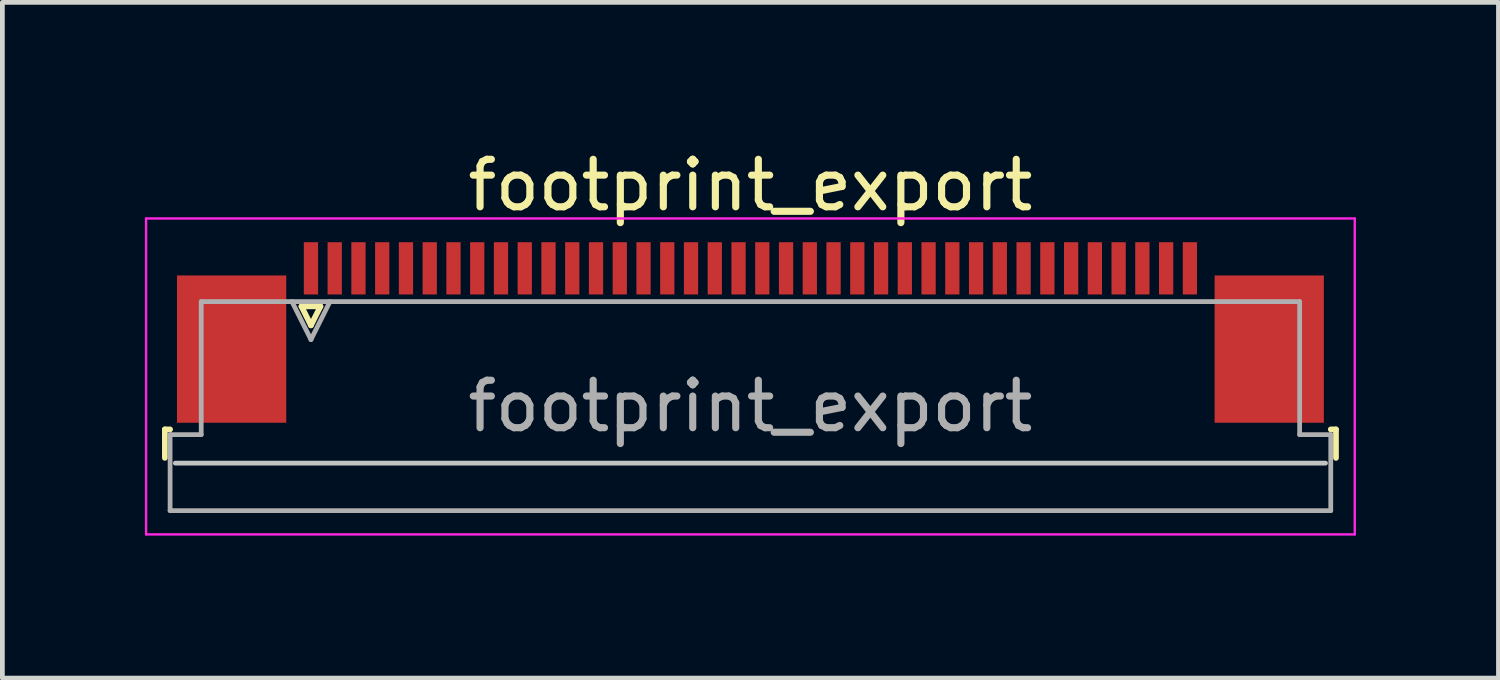
<source format=kicad_pcb>
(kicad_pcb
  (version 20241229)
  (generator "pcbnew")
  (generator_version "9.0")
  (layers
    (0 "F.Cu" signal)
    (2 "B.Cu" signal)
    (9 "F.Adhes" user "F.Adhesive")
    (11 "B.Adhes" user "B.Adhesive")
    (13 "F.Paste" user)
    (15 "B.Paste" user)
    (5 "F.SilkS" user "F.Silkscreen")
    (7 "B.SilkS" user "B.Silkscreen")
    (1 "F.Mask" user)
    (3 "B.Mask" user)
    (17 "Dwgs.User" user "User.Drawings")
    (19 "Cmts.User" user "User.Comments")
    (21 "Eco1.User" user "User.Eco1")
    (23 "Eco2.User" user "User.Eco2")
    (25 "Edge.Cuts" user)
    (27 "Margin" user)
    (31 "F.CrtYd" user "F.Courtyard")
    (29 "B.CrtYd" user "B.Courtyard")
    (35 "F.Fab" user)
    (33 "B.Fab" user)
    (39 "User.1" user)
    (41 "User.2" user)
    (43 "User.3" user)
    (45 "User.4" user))
  (footprint "footprint_export"
    (layer "F.Cu")
    (at 12.745 3.948)
    (property "Reference" "footprint_export" (at 0 -3.1 0) (layer "F.SilkS") (effects (font (size 1 1) (thickness 0.15))))
    (attr smd)
    (fp_line (start -12.325 2.04) (end -12.325 2.64) (stroke (width 0.12) (type solid)) (layer "F.SilkS"))
    (fp_line (start -12.215 2.04) (end -12.325 2.04) (stroke (width 0.12) (type solid)) (layer "F.SilkS"))
    (fp_line (start -9.45 -0.55) (end -9.25 -0.15) (stroke (width 0.12) (type solid)) (layer "F.SilkS"))
    (fp_line (start -9.25 -0.15) (end -9.05 -0.55) (stroke (width 0.12) (type solid)) (layer "F.SilkS"))
    (fp_line (start -9.05 -0.55) (end -9.45 -0.55) (stroke (width 0.12) (type solid)) (layer "F.SilkS"))
    (fp_line (start 12.215 2.04) (end 12.325 2.04) (stroke (width 0.12) (type solid)) (layer "F.SilkS"))
    (fp_line (start 12.325 2.04) (end 12.325 2.64) (stroke (width 0.12) (type solid)) (layer "F.SilkS"))
    (fp_line (start 12.105 2.75) (end -12.105 2.75) (stroke (width 0.1) (type solid)) (layer "Dwgs.User"))
    (fp_line (start -12.72 -2.4) (end -12.72 4.25) (stroke (width 0.05) (type solid)) (layer "F.CrtYd"))
    (fp_line (start -12.72 4.25) (end 12.72 4.25) (stroke (width 0.05) (type solid)) (layer "F.CrtYd"))
    (fp_line (start 12.72 -2.4) (end -12.72 -2.4) (stroke (width 0.05) (type solid)) (layer "F.CrtYd"))
    (fp_line (start 12.72 4.25) (end 12.72 -2.4) (stroke (width 0.05) (type solid)) (layer "F.CrtYd"))
    (fp_line (start -12.215 2.15) (end -11.56 2.15) (stroke (width 0.1) (type solid)) (layer "F.Fab"))
    (fp_line (start -12.215 3.75) (end -12.215 2.15) (stroke (width 0.1) (type solid)) (layer "F.Fab"))
    (fp_line (start -11.56 -0.65) (end 11.56 -0.65) (stroke (width 0.1) (type solid)) (layer "F.Fab"))
    (fp_line (start -11.56 2.15) (end -11.56 -0.65) (stroke (width 0.1) (type solid)) (layer "F.Fab"))
    (fp_line (start -9.65 -0.65) (end -9.25 0.15) (stroke (width 0.1) (type solid)) (layer "F.Fab"))
    (fp_line (start -9.25 0.15) (end -8.85 -0.65) (stroke (width 0.1) (type solid)) (layer "F.Fab"))
    (fp_line (start 11.56 -0.65) (end 11.56 2.15) (stroke (width 0.1) (type solid)) (layer "F.Fab"))
    (fp_line (start 11.56 2.15) (end 12.215 2.15) (stroke (width 0.1) (type solid)) (layer "F.Fab"))
    (fp_line (start 12.215 2.15) (end 12.215 3.75) (stroke (width 0.1) (type solid)) (layer "F.Fab"))
    (fp_line (start 12.215 3.75) (end -12.215 3.75) (stroke (width 0.1) (type solid)) (layer "F.Fab"))
    (fp_text user "${REFERENCE}" (at 0 1.55 0) (layer "F.Fab") (effects (font (size 1 1) (thickness 0.15))))
    (pad "1" smd rect (at -9.25 -1.35) (size 0.3 1.1) (layers "F.Cu" "F.Mask" "F.Paste"))
    (pad "2" smd rect (at -8.75 -1.35) (size 0.3 1.1) (layers "F.Cu" "F.Mask" "F.Paste"))
    (pad "3" smd rect (at -8.25 -1.35) (size 0.3 1.1) (layers "F.Cu" "F.Mask" "F.Paste"))
    (pad "4" smd rect (at -7.75 -1.35) (size 0.3 1.1) (layers "F.Cu" "F.Mask" "F.Paste"))
    (pad "5" smd rect (at -7.25 -1.35) (size 0.3 1.1) (layers "F.Cu" "F.Mask" "F.Paste"))
    (pad "6" smd rect (at -6.75 -1.35) (size 0.3 1.1) (layers "F.Cu" "F.Mask" "F.Paste"))
    (pad "7" smd rect (at -6.25 -1.35) (size 0.3 1.1) (layers "F.Cu" "F.Mask" "F.Paste"))
    (pad "8" smd rect (at -5.75 -1.35) (size 0.3 1.1) (layers "F.Cu" "F.Mask" "F.Paste"))
    (pad "9" smd rect (at -5.25 -1.35) (size 0.3 1.1) (layers "F.Cu" "F.Mask" "F.Paste"))
    (pad "10" smd rect (at -4.75 -1.35) (size 0.3 1.1) (layers "F.Cu" "F.Mask" "F.Paste"))
    (pad "11" smd rect (at -4.25 -1.35) (size 0.3 1.1) (layers "F.Cu" "F.Mask" "F.Paste"))
    (pad "12" smd rect (at -3.75 -1.35) (size 0.3 1.1) (layers "F.Cu" "F.Mask" "F.Paste"))
    (pad "13" smd rect (at -3.25 -1.35) (size 0.3 1.1) (layers "F.Cu" "F.Mask" "F.Paste"))
    (pad "14" smd rect (at -2.75 -1.35) (size 0.3 1.1) (layers "F.Cu" "F.Mask" "F.Paste"))
    (pad "15" smd rect (at -2.25 -1.35) (size 0.3 1.1) (layers "F.Cu" "F.Mask" "F.Paste"))
    (pad "16" smd rect (at -1.75 -1.35) (size 0.3 1.1) (layers "F.Cu" "F.Mask" "F.Paste"))
    (pad "17" smd rect (at -1.25 -1.35) (size 0.3 1.1) (layers "F.Cu" "F.Mask" "F.Paste"))
    (pad "18" smd rect (at -0.75 -1.35) (size 0.3 1.1) (layers "F.Cu" "F.Mask" "F.Paste"))
    (pad "19" smd rect (at -0.25 -1.35) (size 0.3 1.1) (layers "F.Cu" "F.Mask" "F.Paste"))
    (pad "20" smd rect (at 0.25 -1.35) (size 0.3 1.1) (layers "F.Cu" "F.Mask" "F.Paste"))
    (pad "21" smd rect (at 0.75 -1.35) (size 0.3 1.1) (layers "F.Cu" "F.Mask" "F.Paste"))
    (pad "22" smd rect (at 1.25 -1.35) (size 0.3 1.1) (layers "F.Cu" "F.Mask" "F.Paste"))
    (pad "23" smd rect (at 1.75 -1.35) (size 0.3 1.1) (layers "F.Cu" "F.Mask" "F.Paste"))
    (pad "24" smd rect (at 2.25 -1.35) (size 0.3 1.1) (layers "F.Cu" "F.Mask" "F.Paste"))
    (pad "25" smd rect (at 2.75 -1.35) (size 0.3 1.1) (layers "F.Cu" "F.Mask" "F.Paste"))
    (pad "26" smd rect (at 3.25 -1.35) (size 0.3 1.1) (layers "F.Cu" "F.Mask" "F.Paste"))
    (pad "27" smd rect (at 3.75 -1.35) (size 0.3 1.1) (layers "F.Cu" "F.Mask" "F.Paste"))
    (pad "28" smd rect (at 4.25 -1.35) (size 0.3 1.1) (layers "F.Cu" "F.Mask" "F.Paste"))
    (pad "29" smd rect (at 4.75 -1.35) (size 0.3 1.1) (layers "F.Cu" "F.Mask" "F.Paste"))
    (pad "30" smd rect (at 5.25 -1.35) (size 0.3 1.1) (layers "F.Cu" "F.Mask" "F.Paste"))
    (pad "31" smd rect (at 5.75 -1.35) (size 0.3 1.1) (layers "F.Cu" "F.Mask" "F.Paste"))
    (pad "32" smd rect (at 6.25 -1.35) (size 0.3 1.1) (layers "F.Cu" "F.Mask" "F.Paste"))
    (pad "33" smd rect (at 6.75 -1.35) (size 0.3 1.1) (layers "F.Cu" "F.Mask" "F.Paste"))
    (pad "34" smd rect (at 7.25 -1.35) (size 0.3 1.1) (layers "F.Cu" "F.Mask" "F.Paste"))
    (pad "35" smd rect (at 7.75 -1.35) (size 0.3 1.1) (layers "F.Cu" "F.Mask" "F.Paste"))
    (pad "36" smd rect (at 8.25 -1.35) (size 0.3 1.1) (layers "F.Cu" "F.Mask" "F.Paste"))
    (pad "37" smd rect (at 8.75 -1.35) (size 0.3 1.1) (layers "F.Cu" "F.Mask" "F.Paste"))
    (pad "38" smd rect (at 9.25 -1.35) (size 0.3 1.1) (layers "F.Cu" "F.Mask" "F.Paste"))
    (pad "MP" smd rect (at -10.92 0.35) (size 2.3 3.1) (layers "F.Cu" "F.Mask" "F.Paste"))
    (pad "MP" smd rect (at 10.92 0.35) (size 2.3 3.1) (layers "F.Cu" "F.Mask" "F.Paste")))
  (gr_rect
    (start -3 -3)
    (end 28.49 11.223)
    (stroke (width 0.1) (type default))
    (fill no)
    (layer "Edge.Cuts")))
</source>
